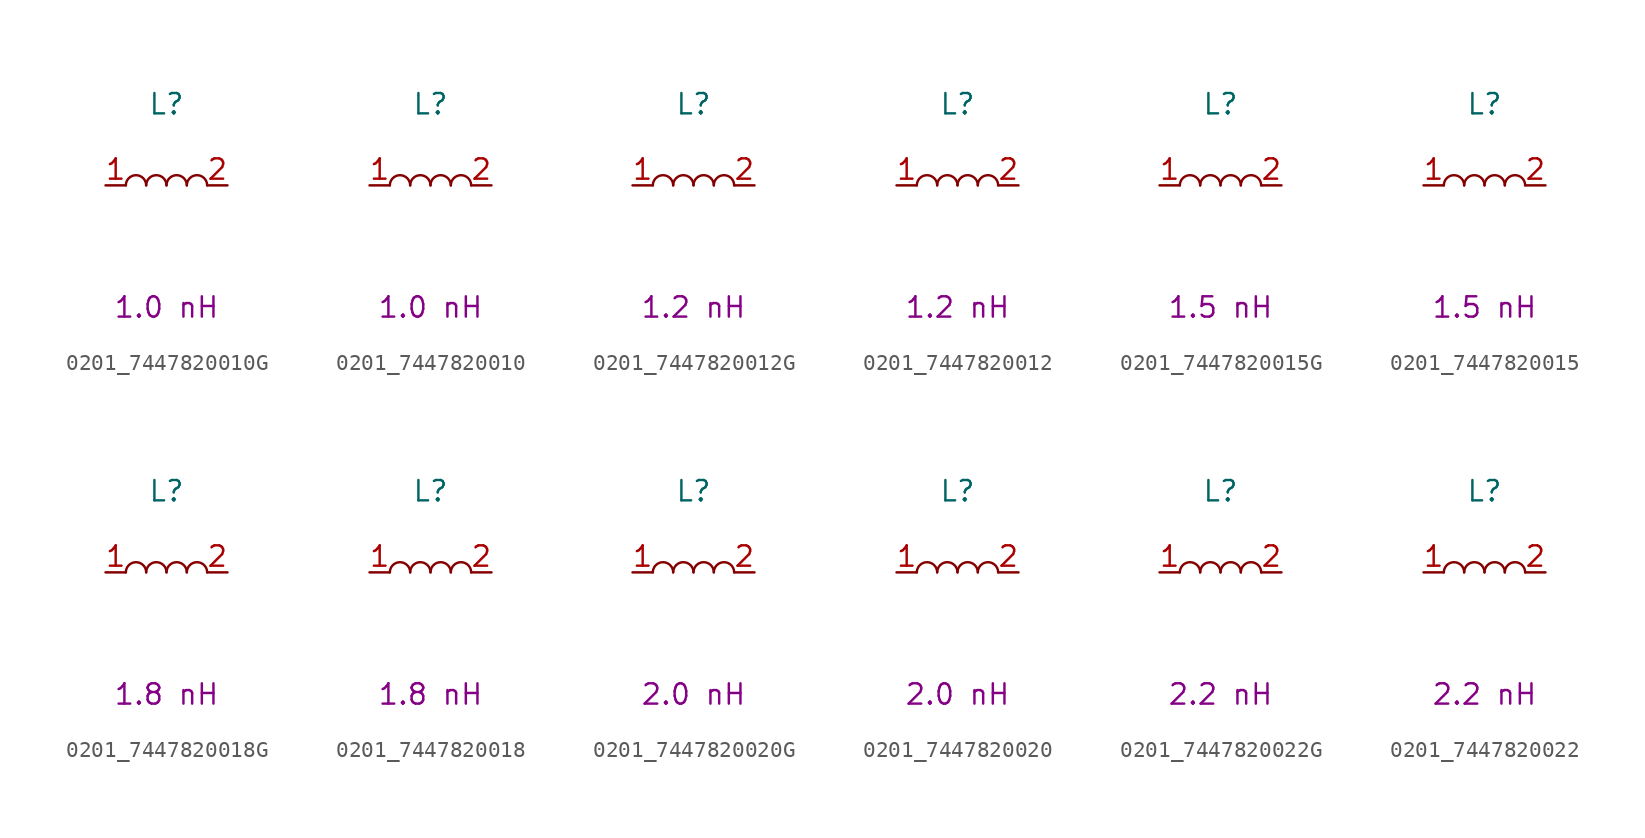
<source format=kicad_sym>
(kicad_symbol_lib
  (version 20220914)
  (generator kicad_symbol_editor)
  (symbol "0201_7447820010G"
    (pin_names hide)
    (property "Reference" "L"
      (at 0 5.08 0)
      (effects (font (size 1.27 1.27))))
    (property "Critical Parameter" "1.0 nH"
      (at 0 -7.62 0)
      (effects (font (size 1.27 1.27))))
    (symbol "0201_7447820010G_0_1"
      (arc (start -1.27 0) (mid -1.905 0.6323) (end -2.54 0) (stroke (width 0) (type default)) (fill (type none)))
      (arc (start 0 0) (mid -0.635 0.6323) (end -1.27 0) (stroke (width 0) (type default)) (fill (type none)))
      (arc (start 1.27 0) (mid 0.635 0.6323) (end 0 0) (stroke (width 0) (type default)) (fill (type none)))
      (arc (start 2.54 0) (mid 1.905 0.6323) (end 1.27 0) (stroke (width 0) (type default)) (fill (type none))))
    (symbol "0201_7447820010G_1_1"
      (pin passive line (at -3.81 0 0) (length 1.27) (name "1" (effects (font (size 1.27 1.27)))) (number "1" (effects (font (size 1.27 1.27)))))
      (pin passive line (at 3.81 0 180) (length 1.27) (name "2" (effects (font (size 1.27 1.27)))) (number "2" (effects (font (size 1.27 1.27)))))))
  (symbol "0201_7447820010"
    (pin_names hide)
    (property "Reference" "L"
      (at 0 5.08 0)
      (effects (font (size 1.27 1.27))))
    (property "Critical Parameter" "1.0 nH"
      (at 0 -7.62 0)
      (effects (font (size 1.27 1.27))))
    (symbol "0201_7447820010_0_1"
      (arc (start -1.27 0) (mid -1.905 0.6323) (end -2.54 0) (stroke (width 0) (type default)) (fill (type none)))
      (arc (start 0 0) (mid -0.635 0.6323) (end -1.27 0) (stroke (width 0) (type default)) (fill (type none)))
      (arc (start 1.27 0) (mid 0.635 0.6323) (end 0 0) (stroke (width 0) (type default)) (fill (type none)))
      (arc (start 2.54 0) (mid 1.905 0.6323) (end 1.27 0) (stroke (width 0) (type default)) (fill (type none))))
    (symbol "0201_7447820010_1_1"
      (pin passive line (at -3.81 0 0) (length 1.27) (name "1" (effects (font (size 1.27 1.27)))) (number "1" (effects (font (size 1.27 1.27)))))
      (pin passive line (at 3.81 0 180) (length 1.27) (name "2" (effects (font (size 1.27 1.27)))) (number "2" (effects (font (size 1.27 1.27)))))))
  (symbol "0201_7447820012G"
    (pin_names hide)
    (property "Reference" "L"
      (at 0 5.08 0)
      (effects (font (size 1.27 1.27))))
    (property "Critical Parameter" "1.2 nH"
      (at 0 -7.62 0)
      (effects (font (size 1.27 1.27))))
    (symbol "0201_7447820012G_0_1"
      (arc (start -1.27 0) (mid -1.905 0.6323) (end -2.54 0) (stroke (width 0) (type default)) (fill (type none)))
      (arc (start 0 0) (mid -0.635 0.6323) (end -1.27 0) (stroke (width 0) (type default)) (fill (type none)))
      (arc (start 1.27 0) (mid 0.635 0.6323) (end 0 0) (stroke (width 0) (type default)) (fill (type none)))
      (arc (start 2.54 0) (mid 1.905 0.6323) (end 1.27 0) (stroke (width 0) (type default)) (fill (type none))))
    (symbol "0201_7447820012G_1_1"
      (pin passive line (at -3.81 0 0) (length 1.27) (name "1" (effects (font (size 1.27 1.27)))) (number "1" (effects (font (size 1.27 1.27)))))
      (pin passive line (at 3.81 0 180) (length 1.27) (name "2" (effects (font (size 1.27 1.27)))) (number "2" (effects (font (size 1.27 1.27)))))))
  (symbol "0201_7447820012"
    (pin_names hide)
    (property "Reference" "L"
      (at 0 5.08 0)
      (effects (font (size 1.27 1.27))))
    (property "Critical Parameter" "1.2 nH"
      (at 0 -7.62 0)
      (effects (font (size 1.27 1.27))))
    (symbol "0201_7447820012_0_1"
      (arc (start -1.27 0) (mid -1.905 0.6323) (end -2.54 0) (stroke (width 0) (type default)) (fill (type none)))
      (arc (start 0 0) (mid -0.635 0.6323) (end -1.27 0) (stroke (width 0) (type default)) (fill (type none)))
      (arc (start 1.27 0) (mid 0.635 0.6323) (end 0 0) (stroke (width 0) (type default)) (fill (type none)))
      (arc (start 2.54 0) (mid 1.905 0.6323) (end 1.27 0) (stroke (width 0) (type default)) (fill (type none))))
    (symbol "0201_7447820012_1_1"
      (pin passive line (at -3.81 0 0) (length 1.27) (name "1" (effects (font (size 1.27 1.27)))) (number "1" (effects (font (size 1.27 1.27)))))
      (pin passive line (at 3.81 0 180) (length 1.27) (name "2" (effects (font (size 1.27 1.27)))) (number "2" (effects (font (size 1.27 1.27)))))))
  (symbol "0201_7447820015G"
    (pin_names hide)
    (property "Reference" "L"
      (at 0 5.08 0)
      (effects (font (size 1.27 1.27))))
    (property "Critical Parameter" "1.5 nH"
      (at 0 -7.62 0)
      (effects (font (size 1.27 1.27))))
    (symbol "0201_7447820015G_0_1"
      (arc (start -1.27 0) (mid -1.905 0.6323) (end -2.54 0) (stroke (width 0) (type default)) (fill (type none)))
      (arc (start 0 0) (mid -0.635 0.6323) (end -1.27 0) (stroke (width 0) (type default)) (fill (type none)))
      (arc (start 1.27 0) (mid 0.635 0.6323) (end 0 0) (stroke (width 0) (type default)) (fill (type none)))
      (arc (start 2.54 0) (mid 1.905 0.6323) (end 1.27 0) (stroke (width 0) (type default)) (fill (type none))))
    (symbol "0201_7447820015G_1_1"
      (pin passive line (at -3.81 0 0) (length 1.27) (name "1" (effects (font (size 1.27 1.27)))) (number "1" (effects (font (size 1.27 1.27)))))
      (pin passive line (at 3.81 0 180) (length 1.27) (name "2" (effects (font (size 1.27 1.27)))) (number "2" (effects (font (size 1.27 1.27)))))))
  (symbol "0201_7447820015"
    (pin_names hide)
    (property "Reference" "L"
      (at 0 5.08 0)
      (effects (font (size 1.27 1.27))))
    (property "Critical Parameter" "1.5 nH"
      (at 0 -7.62 0)
      (effects (font (size 1.27 1.27))))
    (symbol "0201_7447820015_0_1"
      (arc (start -1.27 0) (mid -1.905 0.6323) (end -2.54 0) (stroke (width 0) (type default)) (fill (type none)))
      (arc (start 0 0) (mid -0.635 0.6323) (end -1.27 0) (stroke (width 0) (type default)) (fill (type none)))
      (arc (start 1.27 0) (mid 0.635 0.6323) (end 0 0) (stroke (width 0) (type default)) (fill (type none)))
      (arc (start 2.54 0) (mid 1.905 0.6323) (end 1.27 0) (stroke (width 0) (type default)) (fill (type none))))
    (symbol "0201_7447820015_1_1"
      (pin passive line (at -3.81 0 0) (length 1.27) (name "1" (effects (font (size 1.27 1.27)))) (number "1" (effects (font (size 1.27 1.27)))))
      (pin passive line (at 3.81 0 180) (length 1.27) (name "2" (effects (font (size 1.27 1.27)))) (number "2" (effects (font (size 1.27 1.27)))))))
  (symbol "0201_7447820018G"
    (pin_names hide)
    (property "Reference" "L"
      (at 0 5.08 0)
      (effects (font (size 1.27 1.27))))
    (property "Critical Parameter" "1.8 nH"
      (at 0 -7.62 0)
      (effects (font (size 1.27 1.27))))
    (symbol "0201_7447820018G_0_1"
      (arc (start -1.27 0) (mid -1.905 0.6323) (end -2.54 0) (stroke (width 0) (type default)) (fill (type none)))
      (arc (start 0 0) (mid -0.635 0.6323) (end -1.27 0) (stroke (width 0) (type default)) (fill (type none)))
      (arc (start 1.27 0) (mid 0.635 0.6323) (end 0 0) (stroke (width 0) (type default)) (fill (type none)))
      (arc (start 2.54 0) (mid 1.905 0.6323) (end 1.27 0) (stroke (width 0) (type default)) (fill (type none))))
    (symbol "0201_7447820018G_1_1"
      (pin passive line (at -3.81 0 0) (length 1.27) (name "1" (effects (font (size 1.27 1.27)))) (number "1" (effects (font (size 1.27 1.27)))))
      (pin passive line (at 3.81 0 180) (length 1.27) (name "2" (effects (font (size 1.27 1.27)))) (number "2" (effects (font (size 1.27 1.27)))))))
  (symbol "0201_7447820018"
    (pin_names hide)
    (property "Reference" "L"
      (at 0 5.08 0)
      (effects (font (size 1.27 1.27))))
    (property "Critical Parameter" "1.8 nH"
      (at 0 -7.62 0)
      (effects (font (size 1.27 1.27))))
    (symbol "0201_7447820018_0_1"
      (arc (start -1.27 0) (mid -1.905 0.6323) (end -2.54 0) (stroke (width 0) (type default)) (fill (type none)))
      (arc (start 0 0) (mid -0.635 0.6323) (end -1.27 0) (stroke (width 0) (type default)) (fill (type none)))
      (arc (start 1.27 0) (mid 0.635 0.6323) (end 0 0) (stroke (width 0) (type default)) (fill (type none)))
      (arc (start 2.54 0) (mid 1.905 0.6323) (end 1.27 0) (stroke (width 0) (type default)) (fill (type none))))
    (symbol "0201_7447820018_1_1"
      (pin passive line (at -3.81 0 0) (length 1.27) (name "1" (effects (font (size 1.27 1.27)))) (number "1" (effects (font (size 1.27 1.27)))))
      (pin passive line (at 3.81 0 180) (length 1.27) (name "2" (effects (font (size 1.27 1.27)))) (number "2" (effects (font (size 1.27 1.27)))))))
  (symbol "0201_7447820020G"
    (pin_names hide)
    (property "Reference" "L"
      (at 0 5.08 0)
      (effects (font (size 1.27 1.27))))
    (property "Critical Parameter" "2.0 nH"
      (at 0 -7.62 0)
      (effects (font (size 1.27 1.27))))
    (symbol "0201_7447820020G_0_1"
      (arc (start -1.27 0) (mid -1.905 0.6323) (end -2.54 0) (stroke (width 0) (type default)) (fill (type none)))
      (arc (start 0 0) (mid -0.635 0.6323) (end -1.27 0) (stroke (width 0) (type default)) (fill (type none)))
      (arc (start 1.27 0) (mid 0.635 0.6323) (end 0 0) (stroke (width 0) (type default)) (fill (type none)))
      (arc (start 2.54 0) (mid 1.905 0.6323) (end 1.27 0) (stroke (width 0) (type default)) (fill (type none))))
    (symbol "0201_7447820020G_1_1"
      (pin passive line (at -3.81 0 0) (length 1.27) (name "1" (effects (font (size 1.27 1.27)))) (number "1" (effects (font (size 1.27 1.27)))))
      (pin passive line (at 3.81 0 180) (length 1.27) (name "2" (effects (font (size 1.27 1.27)))) (number "2" (effects (font (size 1.27 1.27)))))))
  (symbol "0201_7447820020"
    (pin_names hide)
    (property "Reference" "L"
      (at 0 5.08 0)
      (effects (font (size 1.27 1.27))))
    (property "Critical Parameter" "2.0 nH"
      (at 0 -7.62 0)
      (effects (font (size 1.27 1.27))))
    (symbol "0201_7447820020_0_1"
      (arc (start -1.27 0) (mid -1.905 0.6323) (end -2.54 0) (stroke (width 0) (type default)) (fill (type none)))
      (arc (start 0 0) (mid -0.635 0.6323) (end -1.27 0) (stroke (width 0) (type default)) (fill (type none)))
      (arc (start 1.27 0) (mid 0.635 0.6323) (end 0 0) (stroke (width 0) (type default)) (fill (type none)))
      (arc (start 2.54 0) (mid 1.905 0.6323) (end 1.27 0) (stroke (width 0) (type default)) (fill (type none))))
    (symbol "0201_7447820020_1_1"
      (pin passive line (at -3.81 0 0) (length 1.27) (name "1" (effects (font (size 1.27 1.27)))) (number "1" (effects (font (size 1.27 1.27)))))
      (pin passive line (at 3.81 0 180) (length 1.27) (name "2" (effects (font (size 1.27 1.27)))) (number "2" (effects (font (size 1.27 1.27)))))))
  (symbol "0201_7447820022G"
    (pin_names hide)
    (property "Reference" "L"
      (at 0 5.08 0)
      (effects (font (size 1.27 1.27))))
    (property "Critical Parameter" "2.2 nH"
      (at 0 -7.62 0)
      (effects (font (size 1.27 1.27))))
    (symbol "0201_7447820022G_0_1"
      (arc (start -1.27 0) (mid -1.905 0.6323) (end -2.54 0) (stroke (width 0) (type default)) (fill (type none)))
      (arc (start 0 0) (mid -0.635 0.6323) (end -1.27 0) (stroke (width 0) (type default)) (fill (type none)))
      (arc (start 1.27 0) (mid 0.635 0.6323) (end 0 0) (stroke (width 0) (type default)) (fill (type none)))
      (arc (start 2.54 0) (mid 1.905 0.6323) (end 1.27 0) (stroke (width 0) (type default)) (fill (type none))))
    (symbol "0201_7447820022G_1_1"
      (pin passive line (at -3.81 0 0) (length 1.27) (name "1" (effects (font (size 1.27 1.27)))) (number "1" (effects (font (size 1.27 1.27)))))
      (pin passive line (at 3.81 0 180) (length 1.27) (name "2" (effects (font (size 1.27 1.27)))) (number "2" (effects (font (size 1.27 1.27)))))))
  (symbol "0201_7447820022"
    (pin_names hide)
    (property "Reference" "L"
      (at 0 5.08 0)
      (effects (font (size 1.27 1.27))))
    (property "Critical Parameter" "2.2 nH"
      (at 0 -7.62 0)
      (effects (font (size 1.27 1.27))))
    (symbol "0201_7447820022_0_1"
      (arc (start -1.27 0) (mid -1.905 0.6323) (end -2.54 0) (stroke (width 0) (type default)) (fill (type none)))
      (arc (start 0 0) (mid -0.635 0.6323) (end -1.27 0) (stroke (width 0) (type default)) (fill (type none)))
      (arc (start 1.27 0) (mid 0.635 0.6323) (end 0 0) (stroke (width 0) (type default)) (fill (type none)))
      (arc (start 2.54 0) (mid 1.905 0.6323) (end 1.27 0) (stroke (width 0) (type default)) (fill (type none))))
    (symbol "0201_7447820022_1_1"
      (pin passive line (at -3.81 0 0) (length 1.27) (name "1" (effects (font (size 1.27 1.27)))) (number "1" (effects (font (size 1.27 1.27)))))
      (pin passive line (at 3.81 0 180) (length 1.27) (name "2" (effects (font (size 1.27 1.27)))) (number "2" (effects (font (size 1.27 1.27))))))))
</source>
